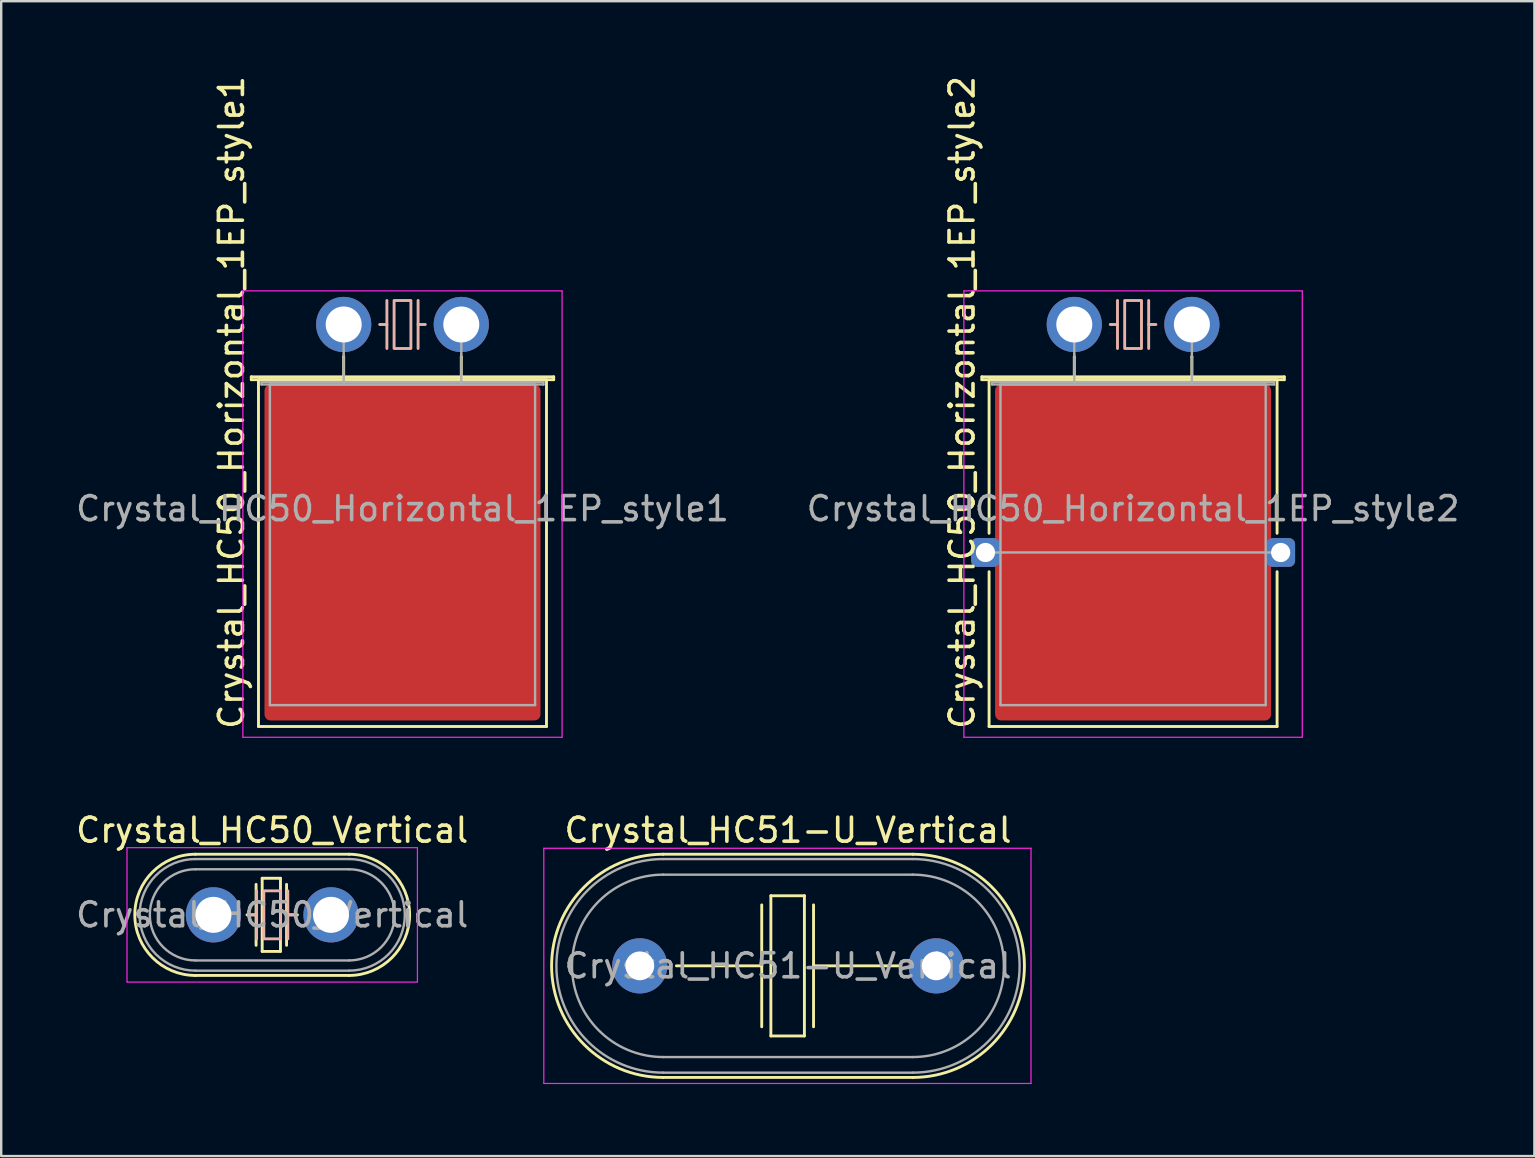
<source format=kicad_pcb>
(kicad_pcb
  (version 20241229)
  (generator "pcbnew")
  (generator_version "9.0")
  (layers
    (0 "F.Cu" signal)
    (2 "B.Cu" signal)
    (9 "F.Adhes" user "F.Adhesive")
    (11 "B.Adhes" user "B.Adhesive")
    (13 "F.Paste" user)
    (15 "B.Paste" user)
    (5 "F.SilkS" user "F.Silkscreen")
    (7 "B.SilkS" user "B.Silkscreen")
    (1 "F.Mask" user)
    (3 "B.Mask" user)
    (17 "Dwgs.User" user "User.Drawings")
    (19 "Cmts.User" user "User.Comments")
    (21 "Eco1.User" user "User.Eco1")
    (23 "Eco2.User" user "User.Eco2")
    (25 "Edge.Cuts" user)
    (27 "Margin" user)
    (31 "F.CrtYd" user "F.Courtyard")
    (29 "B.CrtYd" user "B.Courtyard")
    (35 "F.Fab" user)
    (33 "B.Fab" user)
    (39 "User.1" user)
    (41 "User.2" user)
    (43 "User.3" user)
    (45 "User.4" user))
  (footprint "Crystal_HC50_Horizontal_1EP_style1"
    (layer "F.Cu")
    (at 11.27 10.47)
    (property "Reference" "Crystal_HC50_Horizontal_1EP_style1" (at -4.675 3.25 90) (layer "F.SilkS") (effects (font (size 1 1) (thickness 0.15))))
    (attr through_hole)
    (fp_line (start -3.85 2.18) (end 8.75 2.18) (stroke (width 0.12) (type solid)) (layer "F.SilkS"))
    (fp_line (start -3.85 2.3) (end -3.85 2.18) (stroke (width 0.12) (type solid)) (layer "F.SilkS"))
    (fp_line (start -3.55 2.3) (end -3.55 16.75) (stroke (width 0.12) (type solid)) (layer "F.SilkS"))
    (fp_line (start -3.55 16.75) (end 8.45 16.75) (stroke (width 0.12) (type solid)) (layer "F.SilkS"))
    (fp_line (start 0 1.35) (end 0 1.35) (stroke (width 0.12) (type solid)) (layer "F.SilkS"))
    (fp_line (start 0 2.3) (end 0 1.35) (stroke (width 0.12) (type solid)) (layer "F.SilkS"))
    (fp_line (start 4.9 1.35) (end 4.9 1.35) (stroke (width 0.12) (type solid)) (layer "F.SilkS"))
    (fp_line (start 4.9 2.3) (end 4.9 1.35) (stroke (width 0.12) (type solid)) (layer "F.SilkS"))
    (fp_line (start 8.4 2.3) (end -3.5 2.3) (stroke (width 0.12) (type solid)) (layer "F.SilkS"))
    (fp_line (start 8.45 16.75) (end 8.45 2.3) (stroke (width 0.12) (type solid)) (layer "F.SilkS"))
    (fp_line (start 8.75 2.18) (end 8.75 2.3) (stroke (width 0.12) (type solid)) (layer "F.SilkS"))
    (fp_line (start 8.75 2.3) (end -3.85 2.3) (stroke (width 0.12) (type solid)) (layer "F.SilkS"))
    (fp_line (start 1.8 -1) (end 1.8 1) (stroke (width 0.12) (type solid)) (layer "B.SilkS"))
    (fp_line (start 1.8 0) (end 1.5 0) (stroke (width 0.12) (type solid)) (layer "B.SilkS"))
    (fp_line (start 3.1 -1) (end 3.1 1) (stroke (width 0.12) (type solid)) (layer "B.SilkS"))
    (fp_line (start 3.1 0) (end 3.4 0) (stroke (width 0.12) (type solid)) (layer "B.SilkS"))
    (fp_rect (start 2.1 -1) (end 2.8 1) (stroke (width 0.12) (type solid)) (fill no) (layer "B.SilkS"))
    (fp_line (start -4.2 -1.4) (end -4.2 17.2) (stroke (width 0.05) (type solid)) (layer "F.CrtYd"))
    (fp_line (start -4.2 17.2) (end 9.1 17.2) (stroke (width 0.05) (type solid)) (layer "F.CrtYd"))
    (fp_line (start 9.1 -1.4) (end -4.2 -1.4) (stroke (width 0.05) (type solid)) (layer "F.CrtYd"))
    (fp_line (start 9.1 17.2) (end 9.1 -1.4) (stroke (width 0.05) (type solid)) (layer "F.CrtYd"))
    (fp_line (start -3.425 2.4) (end 8.325 2.4) (stroke (width 0.1) (type solid)) (layer "F.Fab"))
    (fp_line (start -3.425 2.5) (end -3.425 2.4) (stroke (width 0.1) (type solid)) (layer "F.Fab"))
    (fp_line (start -3.075 2.5) (end -3.075 15.86) (stroke (width 0.1) (type solid)) (layer "F.Fab"))
    (fp_line (start -3.075 15.86) (end 7.975 15.86) (stroke (width 0.1) (type solid)) (layer "F.Fab"))
    (fp_line (start 0 1.25) (end 0 0) (stroke (width 0.1) (type solid)) (layer "F.Fab"))
    (fp_line (start 0 2.5) (end 0 1.25) (stroke (width 0.1) (type solid)) (layer "F.Fab"))
    (fp_line (start 4.9 1.25) (end 4.9 0) (stroke (width 0.1) (type solid)) (layer "F.Fab"))
    (fp_line (start 4.9 2.5) (end 4.9 1.25) (stroke (width 0.1) (type solid)) (layer "F.Fab"))
    (fp_line (start 7.975 2.5) (end -3.075 2.5) (stroke (width 0.1) (type solid)) (layer "F.Fab"))
    (fp_line (start 7.975 15.86) (end 7.975 2.5) (stroke (width 0.1) (type solid)) (layer "F.Fab"))
    (fp_line (start 8.325 2.4) (end 8.325 2.5) (stroke (width 0.1) (type solid)) (layer "F.Fab"))
    (fp_line (start 8.325 2.5) (end -3.425 2.5) (stroke (width 0.1) (type solid)) (layer "F.Fab"))
    (fp_text user "${REFERENCE}" (at 2.45 7.675 0) (layer "F.Fab") (effects (font (size 1 1) (thickness 0.15))))
    (pad "1" thru_hole circle (at 0 0) (size 2.3 2.3) (drill 1.5) (layers "*.Cu" "*.Mask"))
    (pad "2" thru_hole circle (at 4.9 0) (size 2.3 2.3) (drill 1.5) (layers "*.Cu" "*.Mask"))
    (pad "3" smd roundrect (at 2.45 9.5) (size 11.5 14) (layers "F.Cu" "F.Mask" "F.Paste") (roundrect_rratio 0.022)))
  (footprint "Crystal_HC50_Horizontal_1EP_style2"
    (layer "F.Cu")
    (at 41.711 10.47)
    (property "Reference" "Crystal_HC50_Horizontal_1EP_style2" (at -4.675 3.25 90) (layer "F.SilkS") (effects (font (size 1 1) (thickness 0.15))))
    (attr through_hole)
    (fp_line (start -3.85 2.18) (end 8.75 2.18) (stroke (width 0.12) (type solid)) (layer "F.SilkS"))
    (fp_line (start -3.85 2.3) (end -3.85 2.18) (stroke (width 0.12) (type solid)) (layer "F.SilkS"))
    (fp_line (start -3.55 8.7) (end -3.55 2.3) (stroke (width 0.12) (type solid)) (layer "F.SilkS"))
    (fp_line (start -3.55 16.75) (end -3.55 10.3) (stroke (width 0.12) (type solid)) (layer "F.SilkS"))
    (fp_line (start -3.5 2.3) (end 8.4 2.3) (stroke (width 0.12) (type solid)) (layer "F.SilkS"))
    (fp_line (start 0 1.35) (end 0 1.35) (stroke (width 0.12) (type solid)) (layer "F.SilkS"))
    (fp_line (start 0 2.3) (end 0 1.35) (stroke (width 0.12) (type solid)) (layer "F.SilkS"))
    (fp_line (start 4.9 1.35) (end 4.9 1.35) (stroke (width 0.12) (type solid)) (layer "F.SilkS"))
    (fp_line (start 4.9 2.3) (end 4.9 1.35) (stroke (width 0.12) (type solid)) (layer "F.SilkS"))
    (fp_line (start 8.45 2.3) (end 8.45 8.7) (stroke (width 0.12) (type solid)) (layer "F.SilkS"))
    (fp_line (start 8.45 10.3) (end 8.45 16.75) (stroke (width 0.12) (type solid)) (layer "F.SilkS"))
    (fp_line (start 8.45 16.75) (end -3.55 16.75) (stroke (width 0.12) (type solid)) (layer "F.SilkS"))
    (fp_line (start 8.75 2.18) (end 8.75 2.3) (stroke (width 0.12) (type solid)) (layer "F.SilkS"))
    (fp_line (start 8.75 2.3) (end -3.85 2.3) (stroke (width 0.12) (type solid)) (layer "F.SilkS"))
    (fp_line (start 1.8 -1) (end 1.8 1) (stroke (width 0.12) (type solid)) (layer "B.SilkS"))
    (fp_line (start 1.8 0) (end 1.5 0) (stroke (width 0.12) (type solid)) (layer "B.SilkS"))
    (fp_line (start 3.1 -1) (end 3.1 1) (stroke (width 0.12) (type solid)) (layer "B.SilkS"))
    (fp_line (start 3.1 0) (end 3.4 0) (stroke (width 0.12) (type solid)) (layer "B.SilkS"))
    (fp_rect (start 2.1 -1) (end 2.8 1) (stroke (width 0.12) (type solid)) (fill no) (layer "B.SilkS"))
    (fp_line (start -4.6 -1.4) (end -4.6 17.2) (stroke (width 0.05) (type solid)) (layer "F.CrtYd"))
    (fp_line (start -4.6 17.2) (end 9.5 17.2) (stroke (width 0.05) (type solid)) (layer "F.CrtYd"))
    (fp_line (start 9.5 -1.4) (end -4.6 -1.4) (stroke (width 0.05) (type solid)) (layer "F.CrtYd"))
    (fp_line (start 9.5 17.2) (end 9.5 -1.4) (stroke (width 0.05) (type solid)) (layer "F.CrtYd"))
    (fp_line (start -3.7 9.5) (end 8.6 9.5) (stroke (width 0.1) (type solid)) (layer "F.Fab"))
    (fp_line (start -3.425 2.4) (end 8.325 2.4) (stroke (width 0.1) (type solid)) (layer "F.Fab"))
    (fp_line (start -3.425 2.5) (end -3.425 2.4) (stroke (width 0.1) (type solid)) (layer "F.Fab"))
    (fp_line (start -3.075 2.5) (end -3.075 15.86) (stroke (width 0.1) (type solid)) (layer "F.Fab"))
    (fp_line (start -3.075 15.86) (end 7.975 15.86) (stroke (width 0.1) (type solid)) (layer "F.Fab"))
    (fp_line (start 0 1.25) (end 0 0) (stroke (width 0.1) (type solid)) (layer "F.Fab"))
    (fp_line (start 0 2.5) (end 0 1.25) (stroke (width 0.1) (type solid)) (layer "F.Fab"))
    (fp_line (start 4.9 1.25) (end 4.9 0) (stroke (width 0.1) (type solid)) (layer "F.Fab"))
    (fp_line (start 4.9 2.5) (end 4.9 1.25) (stroke (width 0.1) (type solid)) (layer "F.Fab"))
    (fp_line (start 7.975 2.5) (end -3.075 2.5) (stroke (width 0.1) (type solid)) (layer "F.Fab"))
    (fp_line (start 7.975 15.86) (end 7.975 2.5) (stroke (width 0.1) (type solid)) (layer "F.Fab"))
    (fp_line (start 8.325 2.4) (end 8.325 2.5) (stroke (width 0.1) (type solid)) (layer "F.Fab"))
    (fp_line (start 8.325 2.5) (end -3.425 2.5) (stroke (width 0.1) (type solid)) (layer "F.Fab"))
    (fp_text user "${REFERENCE}" (at 2.45 7.675 0) (layer "F.Fab") (effects (font (size 1 1) (thickness 0.15))))
    (pad "1" thru_hole circle (at 0 0) (size 2.3 2.3) (drill 1.5) (layers "*.Cu" "*.Mask"))
    (pad "2" thru_hole circle (at 4.9 0) (size 2.3 2.3) (drill 1.5) (layers "*.Cu" "*.Mask"))
    (pad "3" thru_hole roundrect (at -3.7 9.5) (size 1.2 1.2) (drill 0.8) (layers "*.Cu" "*.Mask") (roundrect_rratio 0.208))
    (pad "3" smd roundrect (at 2.45 9.5) (size 11.5 14) (layers "F.Cu" "F.Mask" "F.Paste") (roundrect_rratio 0.022))
    (pad "3" thru_hole roundrect (at 8.6 9.5) (size 1.2 1.2) (drill 0.8) (layers "*.Cu" "*.Mask") (roundrect_rratio 0.208)))
  (footprint "Crystal_HC50_Vertical"
    (layer "F.Cu")
    (at 5.842 35.068)
    (property "Reference" "Crystal_HC50_Vertical" (at 2.45 -3.525 0) (layer "F.SilkS") (effects (font (size 1 1) (thickness 0.15))))
    (attr through_hole)
    (fp_line (start -0.75 -2.525) (end 5.65 -2.525) (stroke (width 0.12) (type solid)) (layer "F.SilkS"))
    (fp_line (start -0.75 2.525) (end 5.65 2.525) (stroke (width 0.12) (type solid)) (layer "F.SilkS"))
    (fp_line (start 1.4 0) (end 1.778 0) (stroke (width 0.12) (type solid)) (layer "F.SilkS"))
    (fp_line (start 1.778 -1.27) (end 1.778 1.27) (stroke (width 0.12) (type solid)) (layer "F.SilkS"))
    (fp_line (start 2.032 -1.524) (end 2.032 1.524) (stroke (width 0.12) (type solid)) (layer "F.SilkS"))
    (fp_line (start 2.032 1.524) (end 2.794 1.524) (stroke (width 0.12) (type solid)) (layer "F.SilkS"))
    (fp_line (start 2.794 -1.524) (end 2.032 -1.524) (stroke (width 0.12) (type solid)) (layer "F.SilkS"))
    (fp_line (start 2.794 1.524) (end 2.794 -1.524) (stroke (width 0.12) (type solid)) (layer "F.SilkS"))
    (fp_line (start 3.048 -1.27) (end 3.048 1.27) (stroke (width 0.12) (type solid)) (layer "F.SilkS"))
    (fp_line (start 3.5 0) (end 3.048 0) (stroke (width 0.12) (type solid)) (layer "F.SilkS"))
    (fp_arc (start -0.75 2.525) (mid -3.275 0) (end -0.75 -2.525) (stroke (width 0.12) (type solid)) (layer "F.SilkS"))
    (fp_arc (start 5.65 -2.525) (mid 8.175 0) (end 5.65 2.525) (stroke (width 0.12) (type solid)) (layer "F.SilkS"))
    (fp_line (start 1.8 -1) (end 1.8 1) (stroke (width 0.12) (type solid)) (layer "B.SilkS"))
    (fp_line (start 1.8 0) (end 1.5 0) (stroke (width 0.12) (type solid)) (layer "B.SilkS"))
    (fp_line (start 3.1 -1) (end 3.1 1) (stroke (width 0.12) (type solid)) (layer "B.SilkS"))
    (fp_line (start 3.1 0) (end 3.4 0) (stroke (width 0.12) (type solid)) (layer "B.SilkS"))
    (fp_rect (start 2.1 -1) (end 2.8 1) (stroke (width 0.12) (type solid)) (fill no) (layer "B.SilkS"))
    (fp_line (start -3.6 -2.8) (end -3.6 2.8) (stroke (width 0.05) (type solid)) (layer "F.CrtYd"))
    (fp_line (start -3.6 2.8) (end 8.5 2.8) (stroke (width 0.05) (type solid)) (layer "F.CrtYd"))
    (fp_line (start 8.5 -2.8) (end -3.6 -2.8) (stroke (width 0.05) (type solid)) (layer "F.CrtYd"))
    (fp_line (start 8.5 2.8) (end 8.5 -2.8) (stroke (width 0.05) (type solid)) (layer "F.CrtYd"))
    (fp_line (start -0.75 -2.325) (end 5.65 -2.325) (stroke (width 0.1) (type solid)) (layer "F.Fab"))
    (fp_line (start -0.75 -1.9) (end 5.65 -1.9) (stroke (width 0.1) (type solid)) (layer "F.Fab"))
    (fp_line (start -0.75 1.9) (end 5.65 1.9) (stroke (width 0.1) (type solid)) (layer "F.Fab"))
    (fp_line (start -0.75 2.325) (end 5.65 2.325) (stroke (width 0.1) (type solid)) (layer "F.Fab"))
    (fp_arc (start -0.75 1.9) (mid -2.65 0) (end -0.75 -1.9) (stroke (width 0.1) (type solid)) (layer "F.Fab"))
    (fp_arc (start -0.75 2.325) (mid -3.075 0) (end -0.75 -2.325) (stroke (width 0.1) (type solid)) (layer "F.Fab"))
    (fp_arc (start 5.65 -2.325) (mid 7.975 0) (end 5.65 2.325) (stroke (width 0.1) (type solid)) (layer "F.Fab"))
    (fp_arc (start 5.65 -1.9) (mid 7.55 0) (end 5.65 1.9) (stroke (width 0.1) (type solid)) (layer "F.Fab"))
    (fp_text user "${REFERENCE}" (at 2.45 0 0) (layer "F.Fab") (effects (font (size 1 1) (thickness 0.15))))
    (pad "1" thru_hole circle (at 0 0) (size 2.3 2.3) (drill 1.5) (layers "*.Cu" "*.Mask"))
    (pad "2" thru_hole circle (at 4.9 0) (size 2.3 2.3) (drill 1.5) (layers "*.Cu" "*.Mask")))
  (footprint "Crystal_HC51-U_Vertical"
    (layer "F.Cu")
    (at 23.608 37.193)
    (property "Reference" "Crystal_HC51-U_Vertical" (at 6.175 -5.65 0) (layer "F.SilkS") (effects (font (size 1 1) (thickness 0.15))))
    (attr through_hole)
    (fp_line (start 0.975 -4.65) (end 11.375 -4.65) (stroke (width 0.12) (type solid)) (layer "F.SilkS"))
    (fp_line (start 0.975 4.65) (end 11.375 4.65) (stroke (width 0.12) (type solid)) (layer "F.SilkS"))
    (fp_line (start 1.524 0) (end 5.08 0) (stroke (width 0.12) (type solid)) (layer "F.SilkS"))
    (fp_line (start 5.08 0) (end 5.08 -2.54) (stroke (width 0.12) (type solid)) (layer "F.SilkS"))
    (fp_line (start 5.08 2.54) (end 5.08 0) (stroke (width 0.12) (type solid)) (layer "F.SilkS"))
    (fp_line (start 5.461 -2.921) (end 5.461 2.921) (stroke (width 0.12) (type solid)) (layer "F.SilkS"))
    (fp_line (start 5.461 2.921) (end 6.858 2.921) (stroke (width 0.12) (type solid)) (layer "F.SilkS"))
    (fp_line (start 6.858 -2.921) (end 5.461 -2.921) (stroke (width 0.12) (type solid)) (layer "F.SilkS"))
    (fp_line (start 6.858 2.921) (end 6.858 -2.921) (stroke (width 0.12) (type solid)) (layer "F.SilkS"))
    (fp_line (start 7.239 0) (end 7.239 -2.54) (stroke (width 0.12) (type solid)) (layer "F.SilkS"))
    (fp_line (start 7.239 0) (end 7.239 2.54) (stroke (width 0.12) (type solid)) (layer "F.SilkS"))
    (fp_line (start 7.239 0) (end 10.795 0) (stroke (width 0.12) (type solid)) (layer "F.SilkS"))
    (fp_arc (start 0.975 4.65) (mid -3.675 0) (end 0.975 -4.65) (stroke (width 0.12) (type solid)) (layer "F.SilkS"))
    (fp_arc (start 11.375 -4.65) (mid 16.025 0) (end 11.375 4.65) (stroke (width 0.12) (type solid)) (layer "F.SilkS"))
    (fp_line (start -4 -4.9) (end -4 4.9) (stroke (width 0.05) (type solid)) (layer "F.CrtYd"))
    (fp_line (start -4 4.9) (end 16.3 4.9) (stroke (width 0.05) (type solid)) (layer "F.CrtYd"))
    (fp_line (start 16.3 -4.9) (end -4 -4.9) (stroke (width 0.05) (type solid)) (layer "F.CrtYd"))
    (fp_line (start 16.3 4.9) (end 16.3 -4.9) (stroke (width 0.05) (type solid)) (layer "F.CrtYd"))
    (fp_line (start 0.975 -4.45) (end 11.375 -4.45) (stroke (width 0.1) (type solid)) (layer "F.Fab"))
    (fp_line (start 0.975 -3.8) (end 11.375 -3.8) (stroke (width 0.1) (type solid)) (layer "F.Fab"))
    (fp_line (start 0.975 3.8) (end 11.375 3.8) (stroke (width 0.1) (type solid)) (layer "F.Fab"))
    (fp_line (start 0.975 4.45) (end 11.375 4.45) (stroke (width 0.1) (type solid)) (layer "F.Fab"))
    (fp_arc (start 0.975 3.8) (mid -2.825 0) (end 0.975 -3.8) (stroke (width 0.1) (type solid)) (layer "F.Fab"))
    (fp_arc (start 0.975 4.45) (mid -3.475 0) (end 0.975 -4.45) (stroke (width 0.1) (type solid)) (layer "F.Fab"))
    (fp_arc (start 11.375 -4.45) (mid 15.825 0) (end 11.375 4.45) (stroke (width 0.1) (type solid)) (layer "F.Fab"))
    (fp_arc (start 11.375 -3.8) (mid 15.175 0) (end 11.375 3.8) (stroke (width 0.1) (type solid)) (layer "F.Fab"))
    (fp_text user "${REFERENCE}" (at 6.175 0 0) (layer "F.Fab") (effects (font (size 1 1) (thickness 0.15))))
    (pad "1" thru_hole circle (at 0 0) (size 2.3 2.3) (drill 1.2) (layers "*.Cu" "*.Mask"))
    (pad "2" thru_hole circle (at 12.35 0) (size 2.3 2.3) (drill 1.2) (layers "*.Cu" "*.Mask")))
  (gr_rect
    (start -3 -3)
    (end 60.881 45.118)
    (stroke (width 0.1) (type default))
    (fill no)
    (layer "Edge.Cuts")))
</source>
